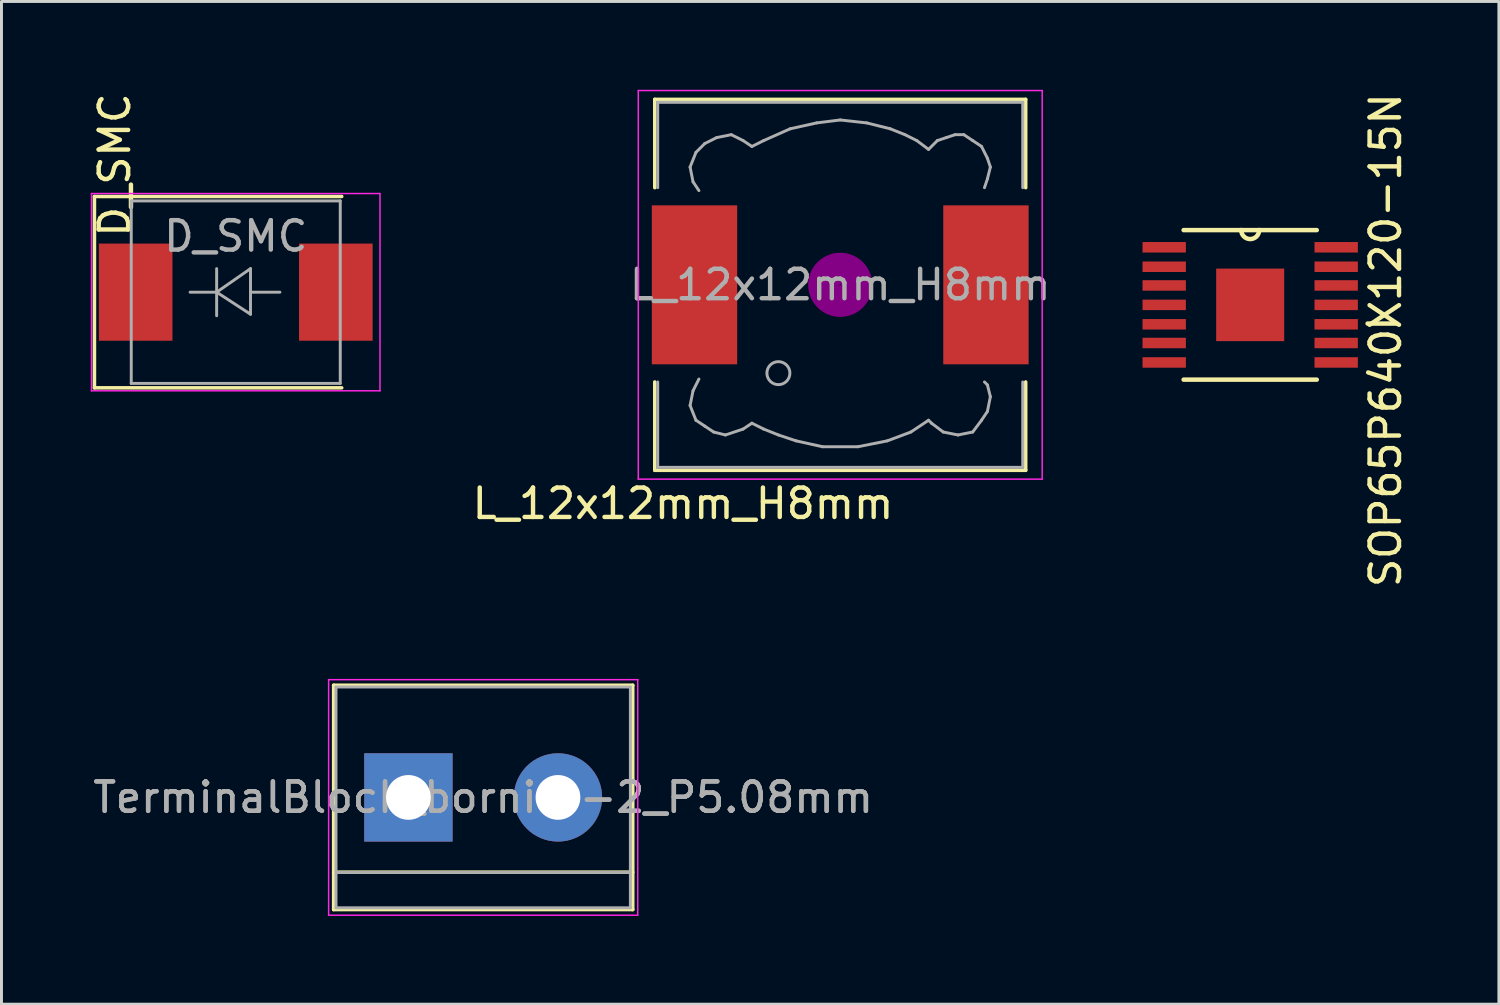
<source format=kicad_pcb>
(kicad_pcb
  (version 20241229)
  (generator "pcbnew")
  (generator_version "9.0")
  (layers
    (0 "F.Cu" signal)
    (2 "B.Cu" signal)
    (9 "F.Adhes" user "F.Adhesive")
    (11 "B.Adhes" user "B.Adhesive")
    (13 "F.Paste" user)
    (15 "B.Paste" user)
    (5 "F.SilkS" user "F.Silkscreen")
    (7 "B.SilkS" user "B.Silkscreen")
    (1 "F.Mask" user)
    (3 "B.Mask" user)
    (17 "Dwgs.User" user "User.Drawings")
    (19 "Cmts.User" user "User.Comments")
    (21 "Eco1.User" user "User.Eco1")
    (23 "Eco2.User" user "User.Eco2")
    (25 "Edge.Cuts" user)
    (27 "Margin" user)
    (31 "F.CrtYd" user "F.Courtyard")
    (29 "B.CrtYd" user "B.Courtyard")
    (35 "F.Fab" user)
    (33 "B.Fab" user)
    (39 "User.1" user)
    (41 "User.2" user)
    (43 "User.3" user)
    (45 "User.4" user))
  (footprint "L_12x12mm_H8mm"
    (layer "F.Cu")
    (at 25.491 6.625)
    (property "Reference" "L_12x12mm_H8mm" (at -5.34 7.43 0) (layer "F.SilkS") (effects (font (size 1 1) (thickness 0.15))))
    (attr smd)
    (fp_line (start -6.3 -6.3) (end 6.3 -6.3) (stroke (width 0.12) (type solid)) (layer "F.SilkS"))
    (fp_line (start -6.3 -3.3) (end -6.3 -6.3) (stroke (width 0.12) (type solid)) (layer "F.SilkS"))
    (fp_line (start -6.3 6.3) (end -6.3 3.3) (stroke (width 0.12) (type solid)) (layer "F.SilkS"))
    (fp_line (start 6.3 -6.3) (end 6.3 -3.3) (stroke (width 0.12) (type solid)) (layer "F.SilkS"))
    (fp_line (start 6.3 3.3) (end 6.3 6.3) (stroke (width 0.12) (type solid)) (layer "F.SilkS"))
    (fp_line (start 6.3 6.3) (end -6.3 6.3) (stroke (width 0.12) (type solid)) (layer "F.SilkS"))
    (fp_circle (center 0 0) (end 0.15 0.15) (stroke (width 0.38) (type solid)) (fill no) (layer "F.Adhes"))
    (fp_circle (center 0 0) (end 0.55 0) (stroke (width 0.38) (type solid)) (fill no) (layer "F.Adhes"))
    (fp_circle (center 0 0) (end 0.9 0) (stroke (width 0.38) (type solid)) (fill no) (layer "F.Adhes"))
    (fp_line (start -6.86 -6.6) (end 6.86 -6.6) (stroke (width 0.05) (type solid)) (layer "F.CrtYd"))
    (fp_line (start -6.86 6.6) (end -6.86 -6.6) (stroke (width 0.05) (type solid)) (layer "F.CrtYd"))
    (fp_line (start 6.86 -6.6) (end 6.86 6.6) (stroke (width 0.05) (type solid)) (layer "F.CrtYd"))
    (fp_line (start 6.86 6.6) (end -6.86 6.6) (stroke (width 0.05) (type solid)) (layer "F.CrtYd"))
    (fp_line (start -6.2 -6.2) (end -6.2 -3.3) (stroke (width 0.1) (type solid)) (layer "F.Fab"))
    (fp_line (start -6.2 3.3) (end -6.2 6.2) (stroke (width 0.1) (type solid)) (layer "F.Fab"))
    (fp_line (start -6.2 6.2) (end 6.2 6.2) (stroke (width 0.1) (type solid)) (layer "F.Fab"))
    (fp_line (start -5.1 -4) (end -5 -3.5) (stroke (width 0.1) (type solid)) (layer "F.Fab"))
    (fp_line (start -5.1 4.1) (end -5 3.6) (stroke (width 0.1) (type solid)) (layer "F.Fab"))
    (fp_line (start -5 -3.5) (end -4.8 -3.2) (stroke (width 0.1) (type solid)) (layer "F.Fab"))
    (fp_line (start -5 3.6) (end -4.8 3.2) (stroke (width 0.1) (type solid)) (layer "F.Fab"))
    (fp_line (start -4.9 -4.5) (end -5.1 -4) (stroke (width 0.1) (type solid)) (layer "F.Fab"))
    (fp_line (start -4.9 4.6) (end -5.1 4.1) (stroke (width 0.1) (type solid)) (layer "F.Fab"))
    (fp_line (start -4.6 -4.8) (end -4.9 -4.5) (stroke (width 0.1) (type solid)) (layer "F.Fab"))
    (fp_line (start -4.6 4.8) (end -4.9 4.6) (stroke (width 0.1) (type solid)) (layer "F.Fab"))
    (fp_line (start -4.3 5) (end -4.6 4.8) (stroke (width 0.1) (type solid)) (layer "F.Fab"))
    (fp_line (start -4.2 -5) (end -4.6 -4.8) (stroke (width 0.1) (type solid)) (layer "F.Fab"))
    (fp_line (start -3.9 5.1) (end -4.3 5) (stroke (width 0.1) (type solid)) (layer "F.Fab"))
    (fp_line (start -3.7 -5.1) (end -4.2 -5) (stroke (width 0.1) (type solid)) (layer "F.Fab"))
    (fp_line (start -3.3 -4.9) (end -3.7 -5.1) (stroke (width 0.1) (type solid)) (layer "F.Fab"))
    (fp_line (start -3.3 4.9) (end -3.9 5.1) (stroke (width 0.1) (type solid)) (layer "F.Fab"))
    (fp_line (start -3 -4.7) (end -3.3 -4.9) (stroke (width 0.1) (type solid)) (layer "F.Fab"))
    (fp_line (start -3 4.7) (end -3.3 4.9) (stroke (width 0.1) (type solid)) (layer "F.Fab"))
    (fp_line (start -2.6 -4.9) (end -3 -4.7) (stroke (width 0.1) (type solid)) (layer "F.Fab"))
    (fp_line (start -2.6 4.9) (end -3 4.7) (stroke (width 0.1) (type solid)) (layer "F.Fab"))
    (fp_line (start -2.1 5.1) (end -2.6 4.9) (stroke (width 0.1) (type solid)) (layer "F.Fab"))
    (fp_line (start -1.7 -5.3) (end -2.6 -4.9) (stroke (width 0.1) (type solid)) (layer "F.Fab"))
    (fp_line (start -1.5 5.3) (end -2.1 5.1) (stroke (width 0.1) (type solid)) (layer "F.Fab"))
    (fp_line (start -0.8 -5.5) (end -1.7 -5.3) (stroke (width 0.1) (type solid)) (layer "F.Fab"))
    (fp_line (start -0.6 5.5) (end -1.5 5.3) (stroke (width 0.1) (type solid)) (layer "F.Fab"))
    (fp_line (start 0 -5.6) (end -0.8 -5.5) (stroke (width 0.1) (type solid)) (layer "F.Fab"))
    (fp_line (start 0.6 5.5) (end -0.6 5.5) (stroke (width 0.1) (type solid)) (layer "F.Fab"))
    (fp_line (start 0.9 -5.5) (end 0 -5.6) (stroke (width 0.1) (type solid)) (layer "F.Fab"))
    (fp_line (start 1.6 5.3) (end 0.6 5.5) (stroke (width 0.1) (type solid)) (layer "F.Fab"))
    (fp_line (start 1.7 -5.3) (end 0.9 -5.5) (stroke (width 0.1) (type solid)) (layer "F.Fab"))
    (fp_line (start 2.2 -5.1) (end 1.7 -5.3) (stroke (width 0.1) (type solid)) (layer "F.Fab"))
    (fp_line (start 2.4 5) (end 1.6 5.3) (stroke (width 0.1) (type solid)) (layer "F.Fab"))
    (fp_line (start 2.6 -4.9) (end 2.2 -5.1) (stroke (width 0.1) (type solid)) (layer "F.Fab"))
    (fp_line (start 3 -4.6) (end 2.6 -4.9) (stroke (width 0.1) (type solid)) (layer "F.Fab"))
    (fp_line (start 3 4.6) (end 2.4 5) (stroke (width 0.1) (type solid)) (layer "F.Fab"))
    (fp_line (start 3.1 4.7) (end 3 4.6) (stroke (width 0.1) (type solid)) (layer "F.Fab"))
    (fp_line (start 3.3 -4.9) (end 3 -4.6) (stroke (width 0.1) (type solid)) (layer "F.Fab"))
    (fp_line (start 3.5 5) (end 3.1 4.7) (stroke (width 0.1) (type solid)) (layer "F.Fab"))
    (fp_line (start 3.6 -5) (end 3.3 -4.9) (stroke (width 0.1) (type solid)) (layer "F.Fab"))
    (fp_line (start 3.9 -5.1) (end 3.6 -5) (stroke (width 0.1) (type solid)) (layer "F.Fab"))
    (fp_line (start 4 5.1) (end 3.5 5) (stroke (width 0.1) (type solid)) (layer "F.Fab"))
    (fp_line (start 4.2 -5.1) (end 3.9 -5.1) (stroke (width 0.1) (type solid)) (layer "F.Fab"))
    (fp_line (start 4.5 -4.9) (end 4.2 -5.1) (stroke (width 0.1) (type solid)) (layer "F.Fab"))
    (fp_line (start 4.5 5) (end 4 5.1) (stroke (width 0.1) (type solid)) (layer "F.Fab"))
    (fp_line (start 4.8 -4.7) (end 4.5 -4.9) (stroke (width 0.1) (type solid)) (layer "F.Fab"))
    (fp_line (start 4.8 4.6) (end 4.5 5) (stroke (width 0.1) (type solid)) (layer "F.Fab"))
    (fp_line (start 4.9 -3.3) (end 5 -3.6) (stroke (width 0.1) (type solid)) (layer "F.Fab"))
    (fp_line (start 4.9 3.3) (end 5 3.4) (stroke (width 0.1) (type solid)) (layer "F.Fab"))
    (fp_line (start 5 -4.3) (end 4.8 -4.7) (stroke (width 0.1) (type solid)) (layer "F.Fab"))
    (fp_line (start 5 -3.6) (end 5.1 -4) (stroke (width 0.1) (type solid)) (layer "F.Fab"))
    (fp_line (start 5 3.4) (end 5.1 3.8) (stroke (width 0.1) (type solid)) (layer "F.Fab"))
    (fp_line (start 5 4.3) (end 4.8 4.6) (stroke (width 0.1) (type solid)) (layer "F.Fab"))
    (fp_line (start 5.1 -4) (end 5 -4.3) (stroke (width 0.1) (type solid)) (layer "F.Fab"))
    (fp_line (start 5.1 3.8) (end 5 4.3) (stroke (width 0.1) (type solid)) (layer "F.Fab"))
    (fp_line (start 6.2 -6.2) (end -6.2 -6.2) (stroke (width 0.1) (type solid)) (layer "F.Fab"))
    (fp_line (start 6.2 -6.2) (end 6.2 -3.3) (stroke (width 0.1) (type solid)) (layer "F.Fab"))
    (fp_line (start 6.2 6.2) (end 6.2 3.3) (stroke (width 0.1) (type solid)) (layer "F.Fab"))
    (fp_circle (center -2.1 3) (end -1.8 3.25) (stroke (width 0.1) (type solid)) (fill no) (layer "F.Fab"))
    (fp_text user "${REFERENCE}" (at 0 0 0) (layer "F.Fab") (effects (font (size 1 1) (thickness 0.15))))
    (pad "1" smd rect (at -4.95 0) (size 2.9 5.4) (layers "F.Cu" "F.Mask" "F.Paste"))
    (pad "2" smd rect (at 4.95 0) (size 2.9 5.4) (layers "F.Cu" "F.Mask" "F.Paste")))
  (footprint "D_SMC"
    (layer "F.Cu")
    (at 4.958 6.874)
    (property "Reference" "D_SMC" (at -4.11 -4.32 90) (layer "F.SilkS") (effects (font (size 1 1) (thickness 0.15))))
    (attr smd)
    (fp_line (start -4.8 -3.25) (end 3.6 -3.25) (stroke (width 0.12) (type solid)) (layer "F.SilkS"))
    (fp_line (start -4.8 3.25) (end -4.8 -3.25) (stroke (width 0.12) (type solid)) (layer "F.SilkS"))
    (fp_line (start -4.8 3.25) (end 3.6 3.25) (stroke (width 0.12) (type solid)) (layer "F.SilkS"))
    (fp_line (start -4.9 -3.35) (end 4.9 -3.35) (stroke (width 0.05) (type solid)) (layer "F.CrtYd"))
    (fp_line (start -4.9 3.35) (end -4.9 -3.35) (stroke (width 0.05) (type solid)) (layer "F.CrtYd"))
    (fp_line (start 4.9 -3.35) (end 4.9 3.35) (stroke (width 0.05) (type solid)) (layer "F.CrtYd"))
    (fp_line (start 4.9 3.35) (end -4.9 3.35) (stroke (width 0.05) (type solid)) (layer "F.CrtYd"))
    (fp_line (start -3.55 3.1) (end -3.55 -3.1) (stroke (width 0.1) (type solid)) (layer "F.Fab"))
    (fp_line (start -0.649 -0.799) (end -0.649 0.801) (stroke (width 0.1) (type solid)) (layer "F.Fab"))
    (fp_line (start -0.649 0.001) (end -1.551 0.001) (stroke (width 0.1) (type solid)) (layer "F.Fab"))
    (fp_line (start -0.649 0.001) (end 0.501 -0.799) (stroke (width 0.1) (type solid)) (layer "F.Fab"))
    (fp_line (start -0.649 0.001) (end 0.501 0.75) (stroke (width 0.1) (type solid)) (layer "F.Fab"))
    (fp_line (start 0.501 0.001) (end 1.499 0.001) (stroke (width 0.1) (type solid)) (layer "F.Fab"))
    (fp_line (start 0.501 0.75) (end 0.501 -0.799) (stroke (width 0.1) (type solid)) (layer "F.Fab"))
    (fp_line (start 3.55 -3.1) (end -3.55 -3.1) (stroke (width 0.1) (type solid)) (layer "F.Fab"))
    (fp_line (start 3.55 -3.1) (end 3.55 3.1) (stroke (width 0.1) (type solid)) (layer "F.Fab"))
    (fp_line (start 3.55 3.1) (end -3.55 3.1) (stroke (width 0.1) (type solid)) (layer "F.Fab"))
    (fp_text user "${REFERENCE}" (at 0 -1.9 0) (layer "F.Fab") (effects (font (size 1 1) (thickness 0.15))))
    (pad "1" smd rect (at -3.4 0 90) (size 3.3 2.5) (layers "F.Cu" "F.Mask" "F.Paste"))
    (pad "2" smd rect (at 3.4 0 90) (size 3.3 2.5) (layers "F.Cu" "F.Mask" "F.Paste")))
  (footprint "SOP65P640X120-15N"
    (layer "F.Cu")
    (at 39.417 7.306)
    (property "Reference" "SOP65P640X120-15N" (at 4.6 1.2 90) (layer "F.SilkS") (effects (font (size 1 1) (thickness 0.15))))
    (attr smd)
    (fp_line (start -2.261 2.54) (end 2.261 2.54) (stroke (width 0.152) (type solid)) (layer "F.SilkS"))
    (fp_line (start -0.305 -2.54) (end -2.261 -2.54) (stroke (width 0.152) (type solid)) (layer "F.SilkS"))
    (fp_line (start 0.305 -2.54) (end -0.305 -2.54) (stroke (width 0.152) (type solid)) (layer "F.SilkS"))
    (fp_line (start 2.261 -2.54) (end 0.305 -2.54) (stroke (width 0.152) (type solid)) (layer "F.SilkS"))
    (fp_line (start 3.988 0.635) (end 4.978 0.635) (stroke (width 0.152) (type solid)) (layer "F.SilkS"))
    (fp_arc (start 0.3048 -2.54) (mid 0 -2.2352) (end -0.3048 -2.54) (stroke (width 0.1524) (type solid)) (layer "F.SilkS"))
    (fp_line (start -3.302 -2.108) (end -3.302 -1.803) (stroke (width 0.1) (type solid)) (layer "Eco2.User"))
    (fp_line (start -3.302 -1.803) (end -2.261 -1.803) (stroke (width 0.1) (type solid)) (layer "Eco2.User"))
    (fp_line (start -3.302 -1.448) (end -3.302 -1.143) (stroke (width 0.1) (type solid)) (layer "Eco2.User"))
    (fp_line (start -3.302 -1.143) (end -2.261 -1.143) (stroke (width 0.1) (type solid)) (layer "Eco2.User"))
    (fp_line (start -3.302 -0.813) (end -3.302 -0.508) (stroke (width 0.1) (type solid)) (layer "Eco2.User"))
    (fp_line (start -3.302 -0.508) (end -2.261 -0.508) (stroke (width 0.1) (type solid)) (layer "Eco2.User"))
    (fp_line (start -3.302 -0.152) (end -3.302 0.152) (stroke (width 0.1) (type solid)) (layer "Eco2.User"))
    (fp_line (start -3.302 0.152) (end -2.261 0.152) (stroke (width 0.1) (type solid)) (layer "Eco2.User"))
    (fp_line (start -3.302 0.508) (end -3.302 0.813) (stroke (width 0.1) (type solid)) (layer "Eco2.User"))
    (fp_line (start -3.302 0.813) (end -2.261 0.813) (stroke (width 0.1) (type solid)) (layer "Eco2.User"))
    (fp_line (start -3.302 1.143) (end -3.302 1.448) (stroke (width 0.1) (type solid)) (layer "Eco2.User"))
    (fp_line (start -3.302 1.448) (end -2.261 1.448) (stroke (width 0.1) (type solid)) (layer "Eco2.User"))
    (fp_line (start -3.302 1.803) (end -3.302 2.108) (stroke (width 0.1) (type solid)) (layer "Eco2.User"))
    (fp_line (start -3.302 2.108) (end -2.261 2.108) (stroke (width 0.1) (type solid)) (layer "Eco2.User"))
    (fp_line (start -2.261 -2.54) (end -2.261 2.54) (stroke (width 0.1) (type solid)) (layer "Eco2.User"))
    (fp_line (start -2.261 -2.108) (end -3.302 -2.108) (stroke (width 0.1) (type solid)) (layer "Eco2.User"))
    (fp_line (start -2.261 -1.803) (end -2.261 -2.108) (stroke (width 0.1) (type solid)) (layer "Eco2.User"))
    (fp_line (start -2.261 -1.448) (end -3.302 -1.448) (stroke (width 0.1) (type solid)) (layer "Eco2.User"))
    (fp_line (start -2.261 -1.143) (end -2.261 -1.448) (stroke (width 0.1) (type solid)) (layer "Eco2.User"))
    (fp_line (start -2.261 -0.813) (end -3.302 -0.813) (stroke (width 0.1) (type solid)) (layer "Eco2.User"))
    (fp_line (start -2.261 -0.508) (end -2.261 -0.813) (stroke (width 0.1) (type solid)) (layer "Eco2.User"))
    (fp_line (start -2.261 -0.152) (end -3.302 -0.152) (stroke (width 0.1) (type solid)) (layer "Eco2.User"))
    (fp_line (start -2.261 0.152) (end -2.261 -0.152) (stroke (width 0.1) (type solid)) (layer "Eco2.User"))
    (fp_line (start -2.261 0.508) (end -3.302 0.508) (stroke (width 0.1) (type solid)) (layer "Eco2.User"))
    (fp_line (start -2.261 0.813) (end -2.261 0.508) (stroke (width 0.1) (type solid)) (layer "Eco2.User"))
    (fp_line (start -2.261 1.143) (end -3.302 1.143) (stroke (width 0.1) (type solid)) (layer "Eco2.User"))
    (fp_line (start -2.261 1.448) (end -2.261 1.143) (stroke (width 0.1) (type solid)) (layer "Eco2.User"))
    (fp_line (start -2.261 1.803) (end -3.302 1.803) (stroke (width 0.1) (type solid)) (layer "Eco2.User"))
    (fp_line (start -2.261 2.108) (end -2.261 1.803) (stroke (width 0.1) (type solid)) (layer "Eco2.User"))
    (fp_line (start -2.261 2.54) (end 2.261 2.54) (stroke (width 0.1) (type solid)) (layer "Eco2.User"))
    (fp_line (start -0.305 -2.54) (end -2.261 -2.54) (stroke (width 0.1) (type solid)) (layer "Eco2.User"))
    (fp_line (start 0.305 -2.54) (end -0.305 -2.54) (stroke (width 0.1) (type solid)) (layer "Eco2.User"))
    (fp_line (start 2.261 -2.54) (end 0.305 -2.54) (stroke (width 0.1) (type solid)) (layer "Eco2.User"))
    (fp_line (start 2.261 -2.108) (end 2.261 -1.803) (stroke (width 0.1) (type solid)) (layer "Eco2.User"))
    (fp_line (start 2.261 -1.803) (end 3.302 -1.803) (stroke (width 0.1) (type solid)) (layer "Eco2.User"))
    (fp_line (start 2.261 -1.448) (end 2.261 -1.143) (stroke (width 0.1) (type solid)) (layer "Eco2.User"))
    (fp_line (start 2.261 -1.143) (end 3.302 -1.143) (stroke (width 0.1) (type solid)) (layer "Eco2.User"))
    (fp_line (start 2.261 -0.813) (end 2.261 -0.508) (stroke (width 0.1) (type solid)) (layer "Eco2.User"))
    (fp_line (start 2.261 -0.508) (end 3.302 -0.508) (stroke (width 0.1) (type solid)) (layer "Eco2.User"))
    (fp_line (start 2.261 -0.152) (end 2.261 0.152) (stroke (width 0.1) (type solid)) (layer "Eco2.User"))
    (fp_line (start 2.261 0.152) (end 3.302 0.152) (stroke (width 0.1) (type solid)) (layer "Eco2.User"))
    (fp_line (start 2.261 0.508) (end 2.261 0.813) (stroke (width 0.1) (type solid)) (layer "Eco2.User"))
    (fp_line (start 2.261 0.813) (end 3.302 0.813) (stroke (width 0.1) (type solid)) (layer "Eco2.User"))
    (fp_line (start 2.261 1.143) (end 2.261 1.448) (stroke (width 0.1) (type solid)) (layer "Eco2.User"))
    (fp_line (start 2.261 1.448) (end 3.302 1.448) (stroke (width 0.1) (type solid)) (layer "Eco2.User"))
    (fp_line (start 2.261 1.803) (end 2.261 2.108) (stroke (width 0.1) (type solid)) (layer "Eco2.User"))
    (fp_line (start 2.261 2.108) (end 3.302 2.108) (stroke (width 0.1) (type solid)) (layer "Eco2.User"))
    (fp_line (start 2.261 2.54) (end 2.261 -2.54) (stroke (width 0.1) (type solid)) (layer "Eco2.User"))
    (fp_line (start 3.302 -2.108) (end 2.261 -2.108) (stroke (width 0.1) (type solid)) (layer "Eco2.User"))
    (fp_line (start 3.302 -1.803) (end 3.302 -2.108) (stroke (width 0.1) (type solid)) (layer "Eco2.User"))
    (fp_line (start 3.302 -1.448) (end 2.261 -1.448) (stroke (width 0.1) (type solid)) (layer "Eco2.User"))
    (fp_line (start 3.302 -1.143) (end 3.302 -1.448) (stroke (width 0.1) (type solid)) (layer "Eco2.User"))
    (fp_line (start 3.302 -0.813) (end 2.261 -0.813) (stroke (width 0.1) (type solid)) (layer "Eco2.User"))
    (fp_line (start 3.302 -0.508) (end 3.302 -0.813) (stroke (width 0.1) (type solid)) (layer "Eco2.User"))
    (fp_line (start 3.302 -0.152) (end 2.261 -0.152) (stroke (width 0.1) (type solid)) (layer "Eco2.User"))
    (fp_line (start 3.302 0.152) (end 3.302 -0.152) (stroke (width 0.1) (type solid)) (layer "Eco2.User"))
    (fp_line (start 3.302 0.508) (end 2.261 0.508) (stroke (width 0.1) (type solid)) (layer "Eco2.User"))
    (fp_line (start 3.302 0.813) (end 3.302 0.508) (stroke (width 0.1) (type solid)) (layer "Eco2.User"))
    (fp_line (start 3.302 1.143) (end 2.261 1.143) (stroke (width 0.1) (type solid)) (layer "Eco2.User"))
    (fp_line (start 3.302 1.448) (end 3.302 1.143) (stroke (width 0.1) (type solid)) (layer "Eco2.User"))
    (fp_line (start 3.302 1.803) (end 2.261 1.803) (stroke (width 0.1) (type solid)) (layer "Eco2.User"))
    (fp_line (start 3.302 2.108) (end 3.302 1.803) (stroke (width 0.1) (type solid)) (layer "Eco2.User"))
    (fp_arc (start 0.3048 -2.54) (mid 0 -2.2352) (end -0.3048 -2.54) (stroke (width 0.1) (type solid)) (layer "Eco2.User"))
    (pad "1" smd rect (at -2.921 -1.956) (size 1.473 0.356) (layers "F.Cu" "F.Mask" "F.Paste"))
    (pad "2" smd rect (at -2.921 -1.295) (size 1.473 0.356) (layers "F.Cu" "F.Mask" "F.Paste"))
    (pad "3" smd rect (at -2.921 -0.66) (size 1.473 0.356) (layers "F.Cu" "F.Mask" "F.Paste"))
    (pad "4" smd rect (at -2.921 0) (size 1.473 0.356) (layers "F.Cu" "F.Mask" "F.Paste"))
    (pad "5" smd rect (at -2.921 0.66) (size 1.473 0.356) (layers "F.Cu" "F.Mask" "F.Paste"))
    (pad "6" smd rect (at -2.921 1.295) (size 1.473 0.356) (layers "F.Cu" "F.Mask" "F.Paste"))
    (pad "7" smd rect (at -2.921 1.956) (size 1.473 0.356) (layers "F.Cu" "F.Mask" "F.Paste"))
    (pad "8" smd rect (at 2.921 1.956) (size 1.473 0.356) (layers "F.Cu" "F.Mask" "F.Paste"))
    (pad "9" smd rect (at 2.921 1.295) (size 1.473 0.356) (layers "F.Cu" "F.Mask" "F.Paste"))
    (pad "10" smd rect (at 2.921 0.66) (size 1.473 0.356) (layers "F.Cu" "F.Mask" "F.Paste"))
    (pad "11" smd rect (at 2.921 0) (size 1.473 0.356) (layers "F.Cu" "F.Mask" "F.Paste"))
    (pad "12" smd rect (at 2.921 -0.66) (size 1.473 0.356) (layers "F.Cu" "F.Mask" "F.Paste"))
    (pad "13" smd rect (at 2.921 -1.295) (size 1.473 0.356) (layers "F.Cu" "F.Mask" "F.Paste"))
    (pad "14" smd rect (at 2.921 -1.956) (size 1.473 0.356) (layers "F.Cu" "F.Mask" "F.Paste"))
    (pad "15" smd rect (at 0 0) (size 2.311 2.464) (layers "F.Cu" "F.Mask" "F.Paste")))
  (footprint "TerminalBlock_bornier-2_P5.08mm"
    (layer "F.Cu")
    (at 10.823 24.037)
    (property "Reference" "TerminalBlock_bornier-2_P5.08mm" (at 2.54 0 0) (layer "F.Fab") (effects (font (size 1 1) (thickness 0.15))))
    (attr through_hole)
    (fp_line (start -2.54 -3.81) (end -2.54 3.81) (stroke (width 0.12) (type solid)) (layer "F.SilkS"))
    (fp_line (start -2.54 3.81) (end 7.62 3.81) (stroke (width 0.12) (type solid)) (layer "F.SilkS"))
    (fp_line (start 7.62 -3.81) (end -2.54 -3.81) (stroke (width 0.12) (type solid)) (layer "F.SilkS"))
    (fp_line (start 7.62 2.54) (end -2.54 2.54) (stroke (width 0.12) (type solid)) (layer "F.SilkS"))
    (fp_line (start 7.62 3.81) (end 7.62 -3.81) (stroke (width 0.12) (type solid)) (layer "F.SilkS"))
    (fp_line (start -2.71 -4) (end -2.71 4) (stroke (width 0.05) (type solid)) (layer "F.CrtYd"))
    (fp_line (start -2.71 -4) (end 7.79 -4) (stroke (width 0.05) (type solid)) (layer "F.CrtYd"))
    (fp_line (start 7.79 4) (end -2.71 4) (stroke (width 0.05) (type solid)) (layer "F.CrtYd"))
    (fp_line (start 7.79 4) (end 7.79 -4) (stroke (width 0.05) (type solid)) (layer "F.CrtYd"))
    (fp_line (start -2.46 -3.75) (end -2.46 3.75) (stroke (width 0.1) (type solid)) (layer "F.Fab"))
    (fp_line (start -2.46 3.75) (end 7.54 3.75) (stroke (width 0.1) (type solid)) (layer "F.Fab"))
    (fp_line (start -2.41 2.55) (end 7.49 2.55) (stroke (width 0.1) (type solid)) (layer "F.Fab"))
    (fp_line (start 7.54 -3.75) (end -2.46 -3.75) (stroke (width 0.1) (type solid)) (layer "F.Fab"))
    (fp_line (start 7.54 3.75) (end 7.54 -3.75) (stroke (width 0.1) (type solid)) (layer "F.Fab"))
    (fp_text user "${REFERENCE}" (at 2.54 0 0) (layer "F.Fab") (effects (font (size 1 1) (thickness 0.15))))
    (pad "1" thru_hole rect (at 0 0) (size 3 3) (drill 1.52) (layers "*.Cu" "*.Mask"))
    (pad "2" thru_hole circle (at 5.08 0) (size 3 3) (drill 1.52) (layers "*.Cu" "*.Mask")))
  (gr_rect
    (start -3 -3)
    (end 47.865 31.062)
    (stroke (width 0.1) (type default))
    (fill no)
    (layer "Edge.Cuts")))
</source>
